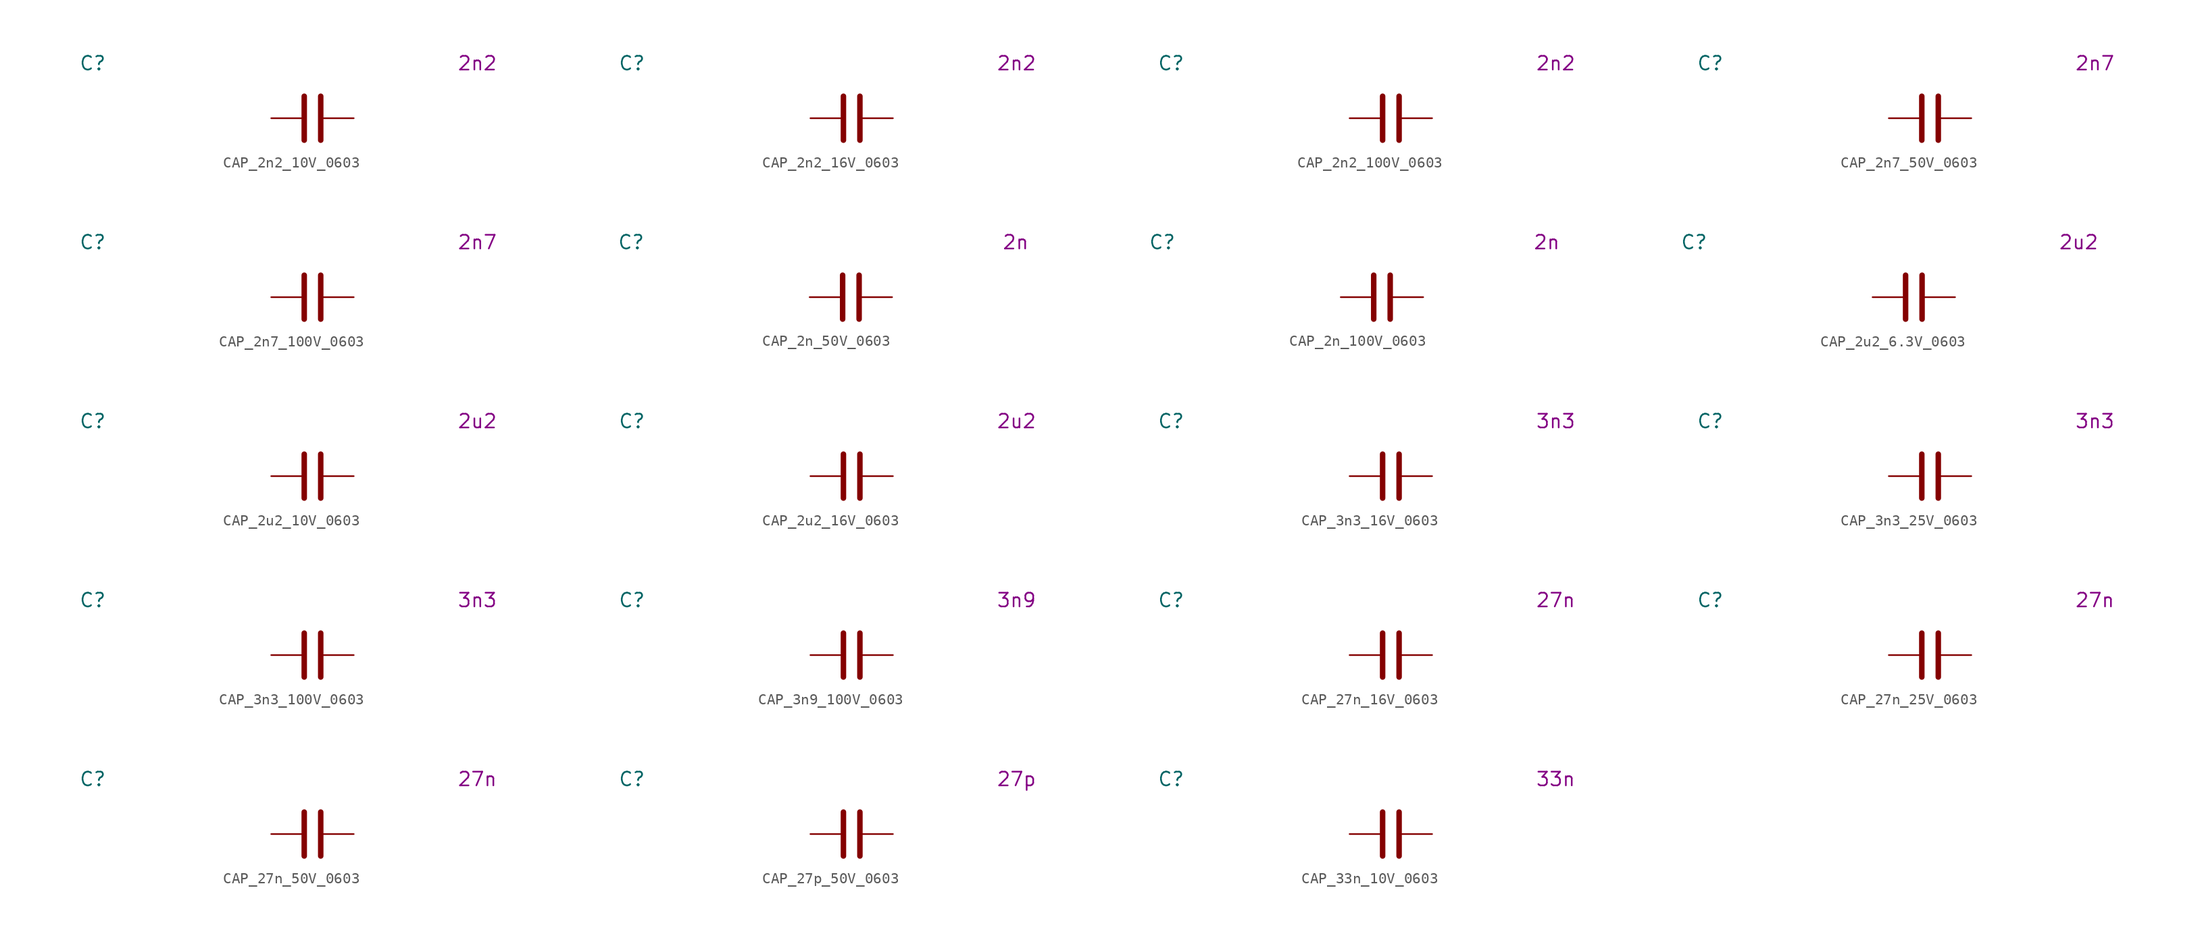
<source format=kicad_sym>
(kicad_symbol_lib
  (version 20231120)
  (generator "kicad_symbol_editor")
  (generator_version "8.0")
  (symbol "CAP_2n2_10V_0603"
    (pin_numbers hide)
    (property "Reference" "C"
      (at -20.32 5.08 0)
      (effects (font (size 1.27 1.27))))
    (property "Display Value" "2n2"
      (at 15.24 5.08 0)
      (effects (font (size 1.27 1.27))))
    (symbol "CAP_2n2_10V_0603_0_1"
      (polyline (pts (xy -0.762 -2.032) (xy -0.762 2.032)) (stroke (width 0.508) (type default)) (fill (type none)))
      (polyline (pts (xy 0.762 -2.032) (xy 0.762 2.032)) (stroke (width 0.508) (type default)) (fill (type none))))
    (symbol "CAP_2n2_10V_0603_1_1"
      (pin passive line (at -3.81 0 0) (length 2.794) (name "~" (effects (font (size 1.27 1.27)))) (number "1" (effects (font (size 1.27 1.27)))))
      (pin passive line (at 3.81 0 180) (length 2.794) (name "~" (effects (font (size 1.27 1.27)))) (number "2" (effects (font (size 1.27 1.27)))))))
  (symbol "CAP_2n2_16V_0603"
    (pin_numbers hide)
    (property "Reference" "C"
      (at -20.32 5.08 0)
      (effects (font (size 1.27 1.27))))
    (property "Display Value" "2n2"
      (at 15.24 5.08 0)
      (effects (font (size 1.27 1.27))))
    (symbol "CAP_2n2_16V_0603_0_1"
      (polyline (pts (xy -0.762 -2.032) (xy -0.762 2.032)) (stroke (width 0.508) (type default)) (fill (type none)))
      (polyline (pts (xy 0.762 -2.032) (xy 0.762 2.032)) (stroke (width 0.508) (type default)) (fill (type none))))
    (symbol "CAP_2n2_16V_0603_1_1"
      (pin passive line (at -3.81 0 0) (length 2.794) (name "~" (effects (font (size 1.27 1.27)))) (number "1" (effects (font (size 1.27 1.27)))))
      (pin passive line (at 3.81 0 180) (length 2.794) (name "~" (effects (font (size 1.27 1.27)))) (number "2" (effects (font (size 1.27 1.27)))))))
  (symbol "CAP_2n2_100V_0603"
    (pin_numbers hide)
    (property "Reference" "C"
      (at -20.32 5.08 0)
      (effects (font (size 1.27 1.27))))
    (property "Display Value" "2n2"
      (at 15.24 5.08 0)
      (effects (font (size 1.27 1.27))))
    (symbol "CAP_2n2_100V_0603_0_1"
      (polyline (pts (xy -0.762 -2.032) (xy -0.762 2.032)) (stroke (width 0.508) (type default)) (fill (type none)))
      (polyline (pts (xy 0.762 -2.032) (xy 0.762 2.032)) (stroke (width 0.508) (type default)) (fill (type none))))
    (symbol "CAP_2n2_100V_0603_1_1"
      (pin passive line (at -3.81 0 0) (length 2.794) (name "~" (effects (font (size 1.27 1.27)))) (number "1" (effects (font (size 1.27 1.27)))))
      (pin passive line (at 3.81 0 180) (length 2.794) (name "~" (effects (font (size 1.27 1.27)))) (number "2" (effects (font (size 1.27 1.27)))))))
  (symbol "CAP_2n7_50V_0603"
    (pin_numbers hide)
    (property "Reference" "C"
      (at -20.32 5.08 0)
      (effects (font (size 1.27 1.27))))
    (property "Display Value" "2n7"
      (at 15.24 5.08 0)
      (effects (font (size 1.27 1.27))))
    (symbol "CAP_2n7_50V_0603_0_1"
      (polyline (pts (xy -0.762 -2.032) (xy -0.762 2.032)) (stroke (width 0.508) (type default)) (fill (type none)))
      (polyline (pts (xy 0.762 -2.032) (xy 0.762 2.032)) (stroke (width 0.508) (type default)) (fill (type none))))
    (symbol "CAP_2n7_50V_0603_1_1"
      (pin passive line (at -3.81 0 0) (length 2.794) (name "~" (effects (font (size 1.27 1.27)))) (number "1" (effects (font (size 1.27 1.27)))))
      (pin passive line (at 3.81 0 180) (length 2.794) (name "~" (effects (font (size 1.27 1.27)))) (number "2" (effects (font (size 1.27 1.27)))))))
  (symbol "CAP_2n7_100V_0603"
    (pin_numbers hide)
    (property "Reference" "C"
      (at -20.32 5.08 0)
      (effects (font (size 1.27 1.27))))
    (property "Display Value" "2n7"
      (at 15.24 5.08 0)
      (effects (font (size 1.27 1.27))))
    (symbol "CAP_2n7_100V_0603_0_1"
      (polyline (pts (xy -0.762 -2.032) (xy -0.762 2.032)) (stroke (width 0.508) (type default)) (fill (type none)))
      (polyline (pts (xy 0.762 -2.032) (xy 0.762 2.032)) (stroke (width 0.508) (type default)) (fill (type none))))
    (symbol "CAP_2n7_100V_0603_1_1"
      (pin passive line (at -3.81 0 0) (length 2.794) (name "~" (effects (font (size 1.27 1.27)))) (number "1" (effects (font (size 1.27 1.27)))))
      (pin passive line (at 3.81 0 180) (length 2.794) (name "~" (effects (font (size 1.27 1.27)))) (number "2" (effects (font (size 1.27 1.27)))))))
  (symbol "CAP_2n_50V_0603"
    (pin_numbers hide)
    (property "Reference" "C"
      (at -20.32 5.08 0)
      (effects (font (size 1.27 1.27))))
    (property "Display Value" "2n"
      (at 15.24 5.08 0)
      (effects (font (size 1.27 1.27))))
    (symbol "CAP_2n_50V_0603_0_1"
      (polyline (pts (xy -0.762 -2.032) (xy -0.762 2.032)) (stroke (width 0.508) (type default)) (fill (type none)))
      (polyline (pts (xy 0.762 -2.032) (xy 0.762 2.032)) (stroke (width 0.508) (type default)) (fill (type none))))
    (symbol "CAP_2n_50V_0603_1_1"
      (pin passive line (at -3.81 0 0) (length 2.794) (name "~" (effects (font (size 1.27 1.27)))) (number "1" (effects (font (size 1.27 1.27)))))
      (pin passive line (at 3.81 0 180) (length 2.794) (name "~" (effects (font (size 1.27 1.27)))) (number "2" (effects (font (size 1.27 1.27)))))))
  (symbol "CAP_2n_100V_0603"
    (pin_numbers hide)
    (property "Reference" "C"
      (at -20.32 5.08 0)
      (effects (font (size 1.27 1.27))))
    (property "Display Value" "2n"
      (at 15.24 5.08 0)
      (effects (font (size 1.27 1.27))))
    (symbol "CAP_2n_100V_0603_0_1"
      (polyline (pts (xy -0.762 -2.032) (xy -0.762 2.032)) (stroke (width 0.508) (type default)) (fill (type none)))
      (polyline (pts (xy 0.762 -2.032) (xy 0.762 2.032)) (stroke (width 0.508) (type default)) (fill (type none))))
    (symbol "CAP_2n_100V_0603_1_1"
      (pin passive line (at -3.81 0 0) (length 2.794) (name "~" (effects (font (size 1.27 1.27)))) (number "1" (effects (font (size 1.27 1.27)))))
      (pin passive line (at 3.81 0 180) (length 2.794) (name "~" (effects (font (size 1.27 1.27)))) (number "2" (effects (font (size 1.27 1.27)))))))
  (symbol "CAP_2u2_6.3V_0603"
    (pin_numbers hide)
    (property "Reference" "C"
      (at -20.32 5.08 0)
      (effects (font (size 1.27 1.27))))
    (property "Display Value" "2u2"
      (at 15.24 5.08 0)
      (effects (font (size 1.27 1.27))))
    (symbol "CAP_2u2_6.3V_0603_0_1"
      (polyline (pts (xy -0.762 -2.032) (xy -0.762 2.032)) (stroke (width 0.508) (type default)) (fill (type none)))
      (polyline (pts (xy 0.762 -2.032) (xy 0.762 2.032)) (stroke (width 0.508) (type default)) (fill (type none))))
    (symbol "CAP_2u2_6.3V_0603_1_1"
      (pin passive line (at -3.81 0 0) (length 2.794) (name "~" (effects (font (size 1.27 1.27)))) (number "1" (effects (font (size 1.27 1.27)))))
      (pin passive line (at 3.81 0 180) (length 2.794) (name "~" (effects (font (size 1.27 1.27)))) (number "2" (effects (font (size 1.27 1.27)))))))
  (symbol "CAP_2u2_10V_0603"
    (pin_numbers hide)
    (property "Reference" "C"
      (at -20.32 5.08 0)
      (effects (font (size 1.27 1.27))))
    (property "Display Value" "2u2"
      (at 15.24 5.08 0)
      (effects (font (size 1.27 1.27))))
    (symbol "CAP_2u2_10V_0603_0_1"
      (polyline (pts (xy -0.762 -2.032) (xy -0.762 2.032)) (stroke (width 0.508) (type default)) (fill (type none)))
      (polyline (pts (xy 0.762 -2.032) (xy 0.762 2.032)) (stroke (width 0.508) (type default)) (fill (type none))))
    (symbol "CAP_2u2_10V_0603_1_1"
      (pin passive line (at -3.81 0 0) (length 2.794) (name "~" (effects (font (size 1.27 1.27)))) (number "1" (effects (font (size 1.27 1.27)))))
      (pin passive line (at 3.81 0 180) (length 2.794) (name "~" (effects (font (size 1.27 1.27)))) (number "2" (effects (font (size 1.27 1.27)))))))
  (symbol "CAP_2u2_16V_0603"
    (pin_numbers hide)
    (property "Reference" "C"
      (at -20.32 5.08 0)
      (effects (font (size 1.27 1.27))))
    (property "Display Value" "2u2"
      (at 15.24 5.08 0)
      (effects (font (size 1.27 1.27))))
    (symbol "CAP_2u2_16V_0603_0_1"
      (polyline (pts (xy -0.762 -2.032) (xy -0.762 2.032)) (stroke (width 0.508) (type default)) (fill (type none)))
      (polyline (pts (xy 0.762 -2.032) (xy 0.762 2.032)) (stroke (width 0.508) (type default)) (fill (type none))))
    (symbol "CAP_2u2_16V_0603_1_1"
      (pin passive line (at -3.81 0 0) (length 2.794) (name "~" (effects (font (size 1.27 1.27)))) (number "1" (effects (font (size 1.27 1.27)))))
      (pin passive line (at 3.81 0 180) (length 2.794) (name "~" (effects (font (size 1.27 1.27)))) (number "2" (effects (font (size 1.27 1.27)))))))
  (symbol "CAP_3n3_16V_0603"
    (pin_numbers hide)
    (property "Reference" "C"
      (at -20.32 5.08 0)
      (effects (font (size 1.27 1.27))))
    (property "Display Value" "3n3"
      (at 15.24 5.08 0)
      (effects (font (size 1.27 1.27))))
    (symbol "CAP_3n3_16V_0603_0_1"
      (polyline (pts (xy -0.762 -2.032) (xy -0.762 2.032)) (stroke (width 0.508) (type default)) (fill (type none)))
      (polyline (pts (xy 0.762 -2.032) (xy 0.762 2.032)) (stroke (width 0.508) (type default)) (fill (type none))))
    (symbol "CAP_3n3_16V_0603_1_1"
      (pin passive line (at -3.81 0 0) (length 2.794) (name "~" (effects (font (size 1.27 1.27)))) (number "1" (effects (font (size 1.27 1.27)))))
      (pin passive line (at 3.81 0 180) (length 2.794) (name "~" (effects (font (size 1.27 1.27)))) (number "2" (effects (font (size 1.27 1.27)))))))
  (symbol "CAP_3n3_25V_0603"
    (pin_numbers hide)
    (property "Reference" "C"
      (at -20.32 5.08 0)
      (effects (font (size 1.27 1.27))))
    (property "Display Value" "3n3"
      (at 15.24 5.08 0)
      (effects (font (size 1.27 1.27))))
    (symbol "CAP_3n3_25V_0603_0_1"
      (polyline (pts (xy -0.762 -2.032) (xy -0.762 2.032)) (stroke (width 0.508) (type default)) (fill (type none)))
      (polyline (pts (xy 0.762 -2.032) (xy 0.762 2.032)) (stroke (width 0.508) (type default)) (fill (type none))))
    (symbol "CAP_3n3_25V_0603_1_1"
      (pin passive line (at -3.81 0 0) (length 2.794) (name "~" (effects (font (size 1.27 1.27)))) (number "1" (effects (font (size 1.27 1.27)))))
      (pin passive line (at 3.81 0 180) (length 2.794) (name "~" (effects (font (size 1.27 1.27)))) (number "2" (effects (font (size 1.27 1.27)))))))
  (symbol "CAP_3n3_100V_0603"
    (pin_numbers hide)
    (property "Reference" "C"
      (at -20.32 5.08 0)
      (effects (font (size 1.27 1.27))))
    (property "Display Value" "3n3"
      (at 15.24 5.08 0)
      (effects (font (size 1.27 1.27))))
    (symbol "CAP_3n3_100V_0603_0_1"
      (polyline (pts (xy -0.762 -2.032) (xy -0.762 2.032)) (stroke (width 0.508) (type default)) (fill (type none)))
      (polyline (pts (xy 0.762 -2.032) (xy 0.762 2.032)) (stroke (width 0.508) (type default)) (fill (type none))))
    (symbol "CAP_3n3_100V_0603_1_1"
      (pin passive line (at -3.81 0 0) (length 2.794) (name "~" (effects (font (size 1.27 1.27)))) (number "1" (effects (font (size 1.27 1.27)))))
      (pin passive line (at 3.81 0 180) (length 2.794) (name "~" (effects (font (size 1.27 1.27)))) (number "2" (effects (font (size 1.27 1.27)))))))
  (symbol "CAP_3n9_100V_0603"
    (pin_numbers hide)
    (property "Reference" "C"
      (at -20.32 5.08 0)
      (effects (font (size 1.27 1.27))))
    (property "Display Value" "3n9"
      (at 15.24 5.08 0)
      (effects (font (size 1.27 1.27))))
    (symbol "CAP_3n9_100V_0603_0_1"
      (polyline (pts (xy -0.762 -2.032) (xy -0.762 2.032)) (stroke (width 0.508) (type default)) (fill (type none)))
      (polyline (pts (xy 0.762 -2.032) (xy 0.762 2.032)) (stroke (width 0.508) (type default)) (fill (type none))))
    (symbol "CAP_3n9_100V_0603_1_1"
      (pin passive line (at -3.81 0 0) (length 2.794) (name "~" (effects (font (size 1.27 1.27)))) (number "1" (effects (font (size 1.27 1.27)))))
      (pin passive line (at 3.81 0 180) (length 2.794) (name "~" (effects (font (size 1.27 1.27)))) (number "2" (effects (font (size 1.27 1.27)))))))
  (symbol "CAP_27n_16V_0603"
    (pin_numbers hide)
    (property "Reference" "C"
      (at -20.32 5.08 0)
      (effects (font (size 1.27 1.27))))
    (property "Display Value" "27n"
      (at 15.24 5.08 0)
      (effects (font (size 1.27 1.27))))
    (symbol "CAP_27n_16V_0603_0_1"
      (polyline (pts (xy -0.762 -2.032) (xy -0.762 2.032)) (stroke (width 0.508) (type default)) (fill (type none)))
      (polyline (pts (xy 0.762 -2.032) (xy 0.762 2.032)) (stroke (width 0.508) (type default)) (fill (type none))))
    (symbol "CAP_27n_16V_0603_1_1"
      (pin passive line (at -3.81 0 0) (length 2.794) (name "~" (effects (font (size 1.27 1.27)))) (number "1" (effects (font (size 1.27 1.27)))))
      (pin passive line (at 3.81 0 180) (length 2.794) (name "~" (effects (font (size 1.27 1.27)))) (number "2" (effects (font (size 1.27 1.27)))))))
  (symbol "CAP_27n_25V_0603"
    (pin_numbers hide)
    (property "Reference" "C"
      (at -20.32 5.08 0)
      (effects (font (size 1.27 1.27))))
    (property "Display Value" "27n"
      (at 15.24 5.08 0)
      (effects (font (size 1.27 1.27))))
    (symbol "CAP_27n_25V_0603_0_1"
      (polyline (pts (xy -0.762 -2.032) (xy -0.762 2.032)) (stroke (width 0.508) (type default)) (fill (type none)))
      (polyline (pts (xy 0.762 -2.032) (xy 0.762 2.032)) (stroke (width 0.508) (type default)) (fill (type none))))
    (symbol "CAP_27n_25V_0603_1_1"
      (pin passive line (at -3.81 0 0) (length 2.794) (name "~" (effects (font (size 1.27 1.27)))) (number "1" (effects (font (size 1.27 1.27)))))
      (pin passive line (at 3.81 0 180) (length 2.794) (name "~" (effects (font (size 1.27 1.27)))) (number "2" (effects (font (size 1.27 1.27)))))))
  (symbol "CAP_27n_50V_0603"
    (pin_numbers hide)
    (property "Reference" "C"
      (at -20.32 5.08 0)
      (effects (font (size 1.27 1.27))))
    (property "Display Value" "27n"
      (at 15.24 5.08 0)
      (effects (font (size 1.27 1.27))))
    (symbol "CAP_27n_50V_0603_0_1"
      (polyline (pts (xy -0.762 -2.032) (xy -0.762 2.032)) (stroke (width 0.508) (type default)) (fill (type none)))
      (polyline (pts (xy 0.762 -2.032) (xy 0.762 2.032)) (stroke (width 0.508) (type default)) (fill (type none))))
    (symbol "CAP_27n_50V_0603_1_1"
      (pin passive line (at -3.81 0 0) (length 2.794) (name "~" (effects (font (size 1.27 1.27)))) (number "1" (effects (font (size 1.27 1.27)))))
      (pin passive line (at 3.81 0 180) (length 2.794) (name "~" (effects (font (size 1.27 1.27)))) (number "2" (effects (font (size 1.27 1.27)))))))
  (symbol "CAP_27p_50V_0603"
    (pin_numbers hide)
    (property "Reference" "C"
      (at -20.32 5.08 0)
      (effects (font (size 1.27 1.27))))
    (property "Display Value" "27p"
      (at 15.24 5.08 0)
      (effects (font (size 1.27 1.27))))
    (symbol "CAP_27p_50V_0603_0_1"
      (polyline (pts (xy -0.762 -2.032) (xy -0.762 2.032)) (stroke (width 0.508) (type default)) (fill (type none)))
      (polyline (pts (xy 0.762 -2.032) (xy 0.762 2.032)) (stroke (width 0.508) (type default)) (fill (type none))))
    (symbol "CAP_27p_50V_0603_1_1"
      (pin passive line (at -3.81 0 0) (length 2.794) (name "~" (effects (font (size 1.27 1.27)))) (number "1" (effects (font (size 1.27 1.27)))))
      (pin passive line (at 3.81 0 180) (length 2.794) (name "~" (effects (font (size 1.27 1.27)))) (number "2" (effects (font (size 1.27 1.27)))))))
  (symbol "CAP_33n_10V_0603"
    (pin_numbers hide)
    (property "Reference" "C"
      (at -20.32 5.08 0)
      (effects (font (size 1.27 1.27))))
    (property "Display Value" "33n"
      (at 15.24 5.08 0)
      (effects (font (size 1.27 1.27))))
    (symbol "CAP_33n_10V_0603_0_1"
      (polyline (pts (xy -0.762 -2.032) (xy -0.762 2.032)) (stroke (width 0.508) (type default)) (fill (type none)))
      (polyline (pts (xy 0.762 -2.032) (xy 0.762 2.032)) (stroke (width 0.508) (type default)) (fill (type none))))
    (symbol "CAP_33n_10V_0603_1_1"
      (pin passive line (at -3.81 0 0) (length 2.794) (name "~" (effects (font (size 1.27 1.27)))) (number "1" (effects (font (size 1.27 1.27)))))
      (pin passive line (at 3.81 0 180) (length 2.794) (name "~" (effects (font (size 1.27 1.27)))) (number "2" (effects (font (size 1.27 1.27))))))))
</source>
